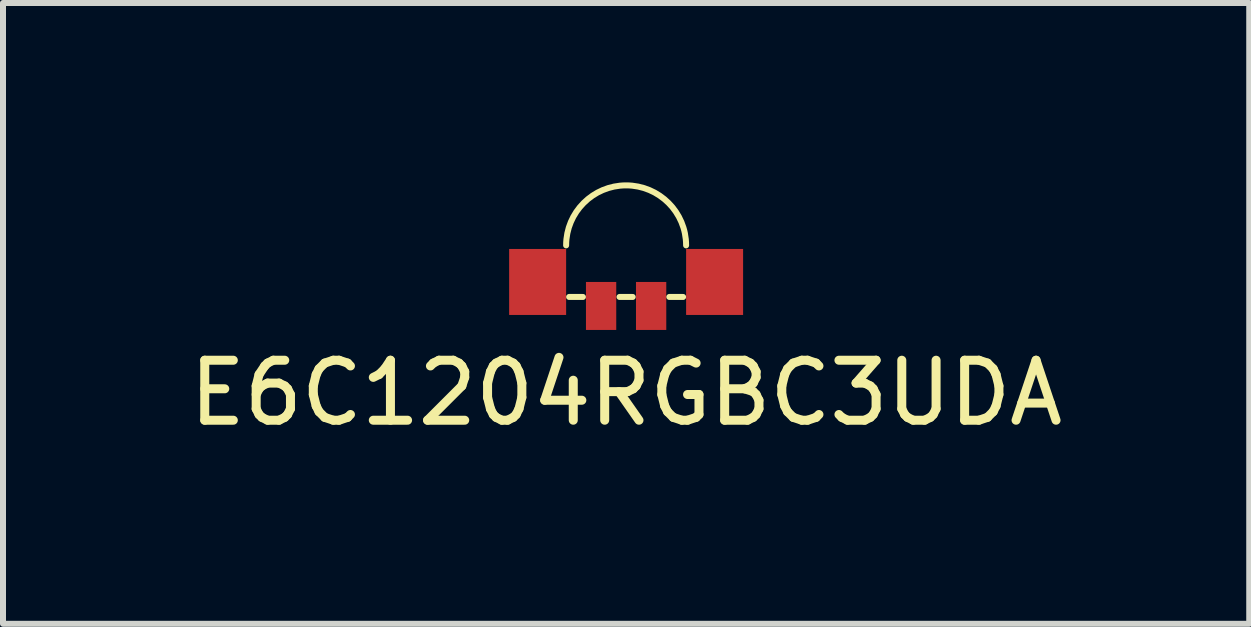
<source format=kicad_pcb>
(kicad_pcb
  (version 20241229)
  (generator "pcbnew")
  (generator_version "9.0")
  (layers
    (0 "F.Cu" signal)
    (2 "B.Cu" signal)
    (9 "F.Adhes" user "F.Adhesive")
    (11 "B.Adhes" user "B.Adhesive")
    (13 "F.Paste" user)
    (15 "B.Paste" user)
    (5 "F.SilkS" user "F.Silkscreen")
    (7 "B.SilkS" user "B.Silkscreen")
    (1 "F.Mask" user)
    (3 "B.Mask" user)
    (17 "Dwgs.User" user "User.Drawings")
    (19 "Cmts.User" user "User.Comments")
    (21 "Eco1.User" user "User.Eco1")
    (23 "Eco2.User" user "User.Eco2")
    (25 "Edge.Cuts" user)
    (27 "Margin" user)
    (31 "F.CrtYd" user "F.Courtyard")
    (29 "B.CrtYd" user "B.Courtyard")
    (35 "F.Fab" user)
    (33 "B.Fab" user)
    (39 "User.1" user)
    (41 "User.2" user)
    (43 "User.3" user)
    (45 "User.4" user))
  (footprint "E6C1204RGBC3UDA"
    (layer "F.Cu")
    (at 7.387 1.65)
    (property "Reference" "E6C1204RGBC3UDA" (at 0 1.85 0) (layer "F.SilkS") (effects (font (size 1 1) (thickness 0.15))))
    (attr through_hole)
    (fp_line (start -0.95 0.25) (end -0.72 0.25) (stroke (width 0.1) (type solid)) (layer "F.SilkS"))
    (fp_line (start -0.11 0.25) (end 0.11 0.25) (stroke (width 0.1) (type solid)) (layer "F.SilkS"))
    (fp_line (start 0.72 0.25) (end 0.95 0.25) (stroke (width 0.1) (type solid)) (layer "F.SilkS"))
    (fp_arc (start -1 -0.61) (mid 0 -1.60005) (end 1 -0.61) (stroke (width 0.1) (type solid)) (layer "F.SilkS"))
    (pad "1" smd rect (at 1.475 0) (size 0.95 1.1) (layers "F.Cu" "F.Mask" "F.Paste"))
    (pad "2" smd rect (at 0.417 0.4) (size 0.505 0.8) (layers "F.Cu" "F.Mask" "F.Paste"))
    (pad "3" smd rect (at -0.417 0.4) (size 0.505 0.8) (layers "F.Cu" "F.Mask" "F.Paste"))
    (pad "4" smd rect (at -1.475 0) (size 0.95 1.1) (layers "F.Cu" "F.Mask" "F.Paste")))
  (gr_rect
    (start -3 -3)
    (end 17.774 7.348)
    (stroke (width 0.1) (type default))
    (fill no)
    (layer "Edge.Cuts")))
</source>
